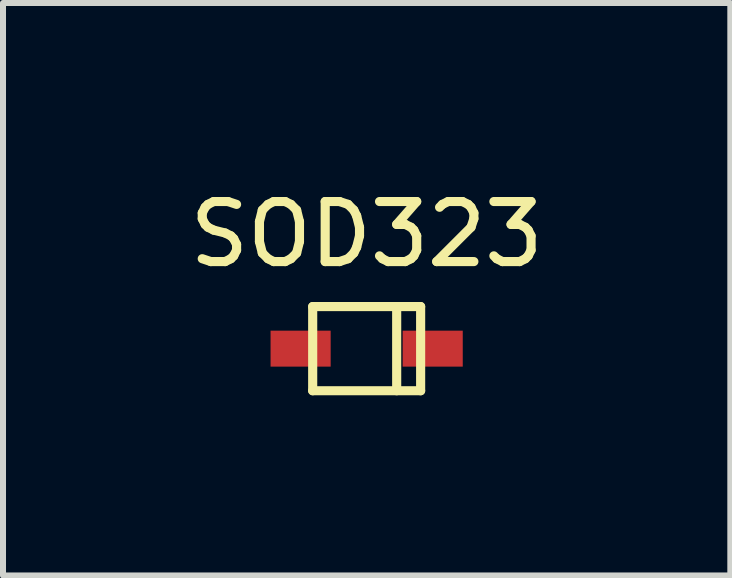
<source format=kicad_pcb>
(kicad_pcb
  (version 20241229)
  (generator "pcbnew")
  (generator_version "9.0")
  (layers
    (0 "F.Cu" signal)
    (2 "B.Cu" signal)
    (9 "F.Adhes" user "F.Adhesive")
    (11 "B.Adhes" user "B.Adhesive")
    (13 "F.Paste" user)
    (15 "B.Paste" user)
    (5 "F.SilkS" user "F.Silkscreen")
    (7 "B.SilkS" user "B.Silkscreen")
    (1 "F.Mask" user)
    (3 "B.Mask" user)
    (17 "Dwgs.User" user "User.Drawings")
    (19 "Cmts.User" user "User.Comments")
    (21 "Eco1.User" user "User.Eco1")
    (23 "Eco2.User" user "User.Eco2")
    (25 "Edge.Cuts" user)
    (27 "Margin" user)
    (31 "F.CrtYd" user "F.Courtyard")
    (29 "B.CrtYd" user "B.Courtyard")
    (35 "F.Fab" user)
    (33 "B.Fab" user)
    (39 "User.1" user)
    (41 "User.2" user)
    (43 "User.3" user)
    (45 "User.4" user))
  (footprint "SOD323"
    (layer "F.Cu")
    (at 3.057 2.757)
    (property "Reference" "SOD323" (at 0 -1.905 0) (layer "F.SilkS") (effects (font (size 1 1) (thickness 0.152))))
    (attr through_hole)
    (fp_line (start -0.899 -0.701) (end -0.899 0.701) (stroke (width 0.152) (type solid)) (layer "F.SilkS"))
    (fp_line (start -0.899 0.701) (end 0.899 0.701) (stroke (width 0.152) (type solid)) (layer "F.SilkS"))
    (fp_line (start 0.5 -0.701) (end 0.5 0.701) (stroke (width 0.152) (type solid)) (layer "F.SilkS"))
    (fp_line (start 0.899 -0.701) (end -0.899 -0.701) (stroke (width 0.152) (type solid)) (layer "F.SilkS"))
    (fp_line (start 0.899 0.701) (end 0.899 -0.701) (stroke (width 0.152) (type solid)) (layer "F.SilkS"))
    (pad "1" smd rect (at -1.1 0) (size 1.001 0.599) (layers "F.Cu" "F.Mask" "F.Paste"))
    (pad "2" smd rect (at 1.1 0) (size 1.001 0.599) (layers "F.Cu" "F.Mask" "F.Paste")))
  (gr_rect
    (start -3 -3)
    (end 9.114 6.535)
    (stroke (width 0.1) (type default))
    (fill no)
    (layer "Edge.Cuts")))
</source>
